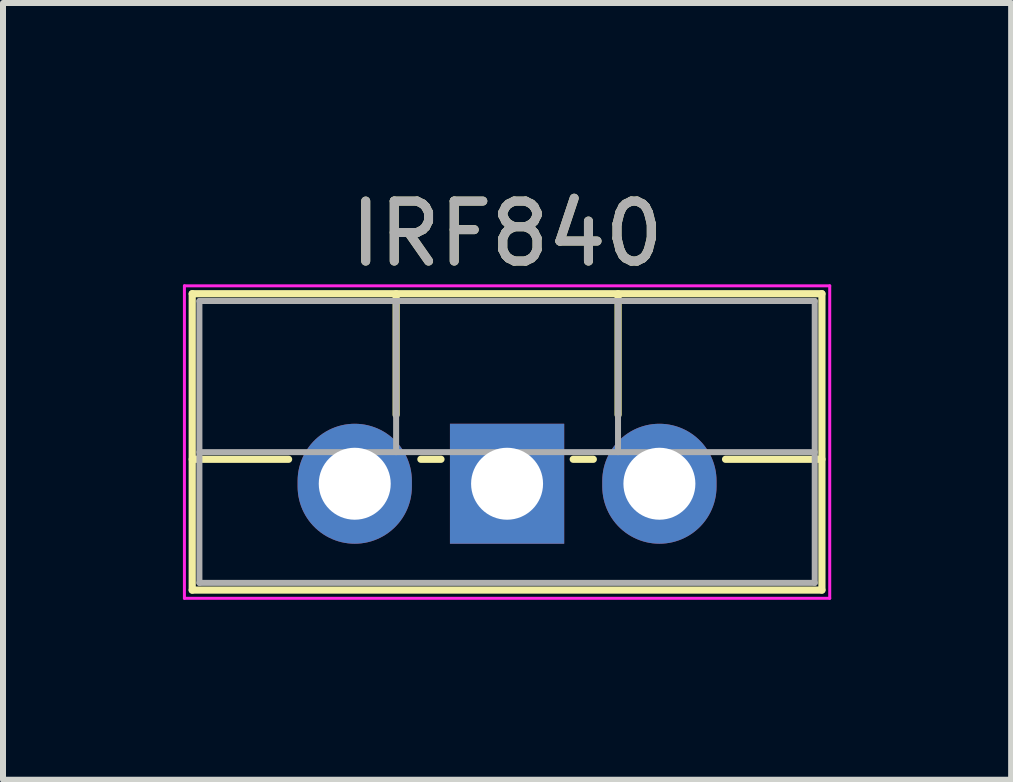
<source format=kicad_pcb>
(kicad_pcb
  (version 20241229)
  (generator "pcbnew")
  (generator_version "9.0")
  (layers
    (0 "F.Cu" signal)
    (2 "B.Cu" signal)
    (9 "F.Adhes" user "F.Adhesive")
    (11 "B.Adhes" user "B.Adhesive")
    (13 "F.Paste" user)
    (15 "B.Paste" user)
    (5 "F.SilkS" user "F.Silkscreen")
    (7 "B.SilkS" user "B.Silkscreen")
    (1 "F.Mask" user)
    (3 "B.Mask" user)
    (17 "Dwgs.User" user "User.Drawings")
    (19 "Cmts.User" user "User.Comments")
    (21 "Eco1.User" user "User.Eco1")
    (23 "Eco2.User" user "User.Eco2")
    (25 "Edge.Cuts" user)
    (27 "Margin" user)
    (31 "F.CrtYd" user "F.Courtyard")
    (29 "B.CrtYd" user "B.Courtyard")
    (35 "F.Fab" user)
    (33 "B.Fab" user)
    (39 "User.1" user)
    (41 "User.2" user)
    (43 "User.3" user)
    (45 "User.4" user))
  (footprint "IRF840"
    (layer "F.Cu")
    (at 2.865 5.016)
    (property "Reference" "IRF840" (at 2.54 -4.168 0) (layer "F.SilkS") (effects (font (size 1 1) (thickness 0.15))))
    (attr through_hole)
    (fp_line (start -2.71 -3.168) (end -2.71 1.773) (stroke (width 0.12) (type solid)) (layer "F.SilkS"))
    (fp_line (start -2.71 -3.168) (end 7.79 -3.168) (stroke (width 0.12) (type solid)) (layer "F.SilkS"))
    (fp_line (start -2.71 -0.408) (end -1.103 -0.408) (stroke (width 0.12) (type solid)) (layer "F.SilkS"))
    (fp_line (start -2.71 1.773) (end 7.79 1.773) (stroke (width 0.12) (type solid)) (layer "F.SilkS"))
    (fp_line (start 0.69 -3.168) (end 0.69 -1.15) (stroke (width 0.12) (type solid)) (layer "F.SilkS"))
    (fp_line (start 1.103 -0.408) (end 1.438 -0.408) (stroke (width 0.12) (type solid)) (layer "F.SilkS"))
    (fp_line (start 3.643 -0.408) (end 3.978 -0.408) (stroke (width 0.12) (type solid)) (layer "F.SilkS"))
    (fp_line (start 4.391 -3.168) (end 4.391 -1.15) (stroke (width 0.12) (type solid)) (layer "F.SilkS"))
    (fp_line (start 6.183 -0.408) (end 7.79 -0.408) (stroke (width 0.12) (type solid)) (layer "F.SilkS"))
    (fp_line (start 7.79 -3.168) (end 7.79 1.773) (stroke (width 0.12) (type solid)) (layer "F.SilkS"))
    (fp_line (start -2.84 -3.3) (end -2.84 1.91) (stroke (width 0.05) (type solid)) (layer "F.CrtYd"))
    (fp_line (start -2.84 1.91) (end 7.92 1.91) (stroke (width 0.05) (type solid)) (layer "F.CrtYd"))
    (fp_line (start 7.92 -3.3) (end -2.84 -3.3) (stroke (width 0.05) (type solid)) (layer "F.CrtYd"))
    (fp_line (start 7.92 1.91) (end 7.92 -3.3) (stroke (width 0.05) (type solid)) (layer "F.CrtYd"))
    (fp_line (start -2.59 -3.047) (end -2.59 1.653) (stroke (width 0.1) (type solid)) (layer "F.Fab"))
    (fp_line (start -2.59 -0.527) (end 7.67 -0.527) (stroke (width 0.1) (type solid)) (layer "F.Fab"))
    (fp_line (start -2.59 1.653) (end 7.67 1.653) (stroke (width 0.1) (type solid)) (layer "F.Fab"))
    (fp_line (start 0.69 -3.047) (end 0.69 -0.527) (stroke (width 0.1) (type solid)) (layer "F.Fab"))
    (fp_line (start 4.39 -3.047) (end 4.39 -0.527) (stroke (width 0.1) (type solid)) (layer "F.Fab"))
    (fp_line (start 7.67 -3.047) (end -2.59 -3.047) (stroke (width 0.1) (type solid)) (layer "F.Fab"))
    (fp_line (start 7.67 1.653) (end 7.67 -3.047) (stroke (width 0.1) (type solid)) (layer "F.Fab"))
    (fp_text user "${REFERENCE}" (at 2.54 -4.168 0) (layer "F.Fab") (effects (font (size 1 1) (thickness 0.15))))
    (pad "1" thru_hole rect (at 2.54 0) (size 1.905 2) (drill 1.2) (layers "*.Cu" "*.Mask"))
    (pad "2" thru_hole oval (at 0 0) (size 1.905 2) (drill 1.2) (layers "*.Cu" "*.Mask"))
    (pad "3" thru_hole oval (at 5.08 0) (size 1.905 2) (drill 1.2) (layers "*.Cu" "*.Mask")))
  (gr_rect
    (start -3 -3)
    (end 13.81 9.951)
    (stroke (width 0.1) (type default))
    (fill no)
    (layer "Edge.Cuts")))
</source>
